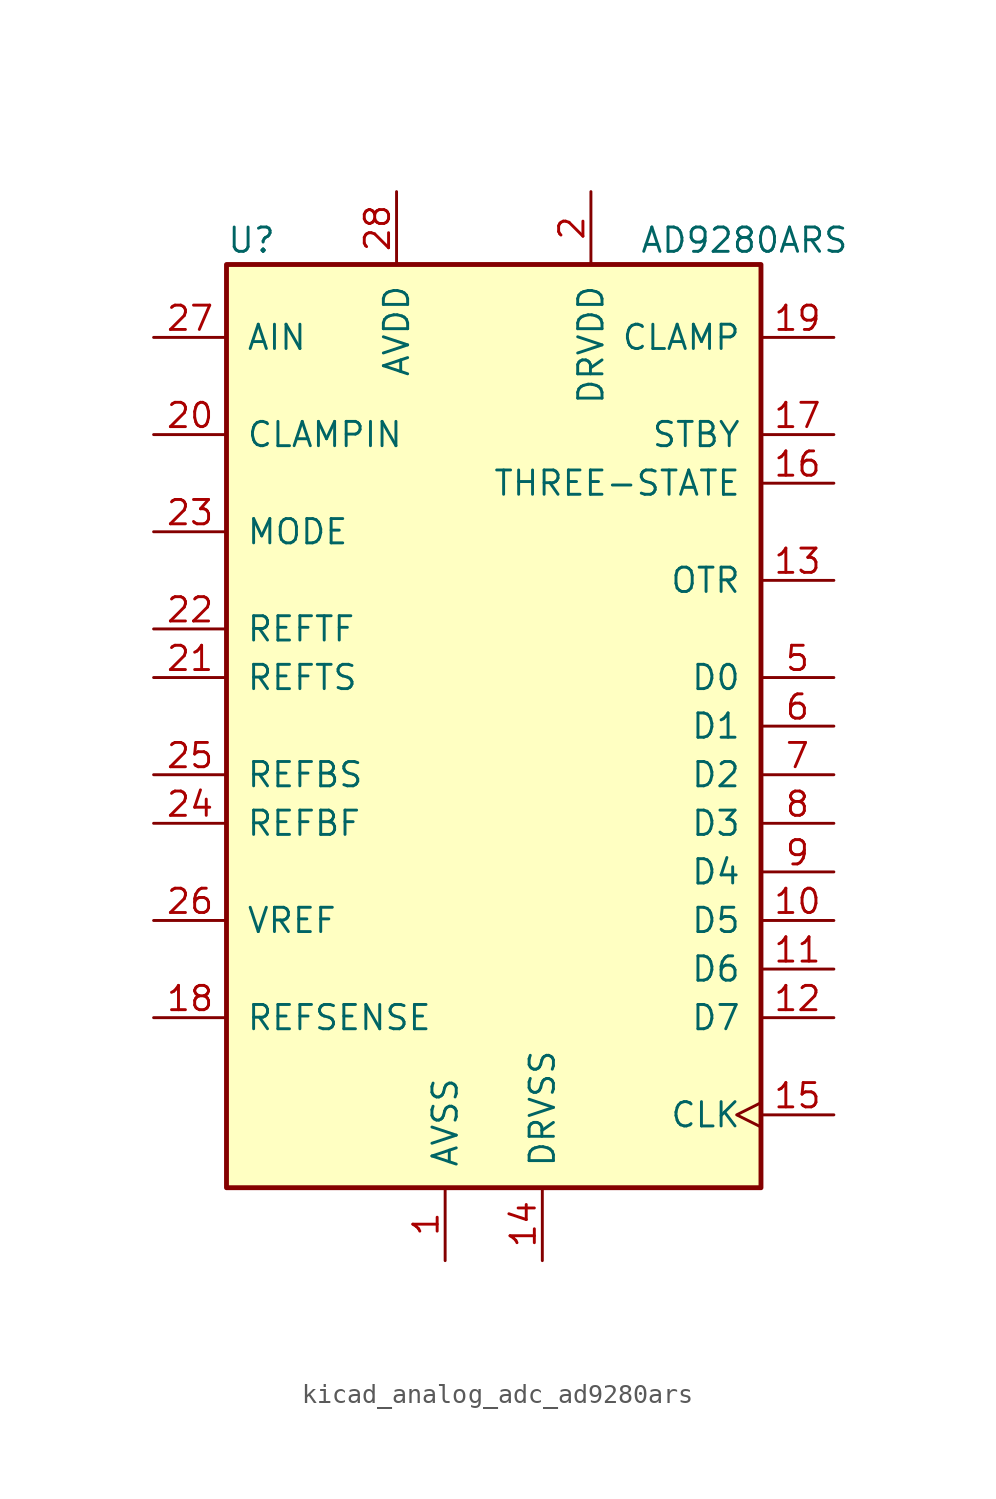
<source format=kicad_sym>
(kicad_symbol_lib
  (version 20220914)
  (generator kicad_symbol_editor)
  (symbol "kicad_analog_adc_ad9280ars"
    (pin_names
      (offset 1.016))
    (property "Reference" "U"
      (at -13.97 25.4 0)
      (effects (font (size 1.27 1.27)) (justify left)))
    (property "Value" "AD9280ARS"
      (at 7.62 25.4 0)
      (effects (font (size 1.27 1.27)) (justify left)))
    (symbol "kicad_analog_adc_ad9280ars_0_1"
      (rectangle (start -13.97 24.13) (end 13.97 -24.13) (stroke (width 0.254) (type default)) (fill (type background))))
    (symbol "kicad_analog_adc_ad9280ars_1_1"
      (pin power_in line (at -2.54 -27.94 90) (length 3.81) (name "AVSS" (effects (font (size 1.27 1.27)))) (number "1" (effects (font (size 1.27 1.27)))))
      (pin output line (at 17.78 -10.16 180) (length 3.81) (name "D5" (effects (font (size 1.27 1.27)))) (number "10" (effects (font (size 1.27 1.27)))))
      (pin output line (at 17.78 -12.7 180) (length 3.81) (name "D6" (effects (font (size 1.27 1.27)))) (number "11" (effects (font (size 1.27 1.27)))))
      (pin output line (at 17.78 -15.24 180) (length 3.81) (name "D7" (effects (font (size 1.27 1.27)))) (number "12" (effects (font (size 1.27 1.27)))))
      (pin output line (at 17.78 7.62 180) (length 3.81) (name "OTR" (effects (font (size 1.27 1.27)))) (number "13" (effects (font (size 1.27 1.27)))))
      (pin power_in line (at 2.54 -27.94 90) (length 3.81) (name "DRVSS" (effects (font (size 1.27 1.27)))) (number "14" (effects (font (size 1.27 1.27)))))
      (pin input clock (at 17.78 -20.32 180) (length 3.81) (name "CLK" (effects (font (size 1.27 1.27)))) (number "15" (effects (font (size 1.27 1.27)))))
      (pin input line (at 17.78 12.7 180) (length 3.81) (name "THREE-STATE" (effects (font (size 1.27 1.27)))) (number "16" (effects (font (size 1.27 1.27)))))
      (pin passive line (at 17.78 15.24 180) (length 3.81) (name "STBY" (effects (font (size 1.27 1.27)))) (number "17" (effects (font (size 1.27 1.27)))))
      (pin input line (at -17.78 -15.24 0) (length 3.81) (name "REFSENSE" (effects (font (size 1.27 1.27)))) (number "18" (effects (font (size 1.27 1.27)))))
      (pin passive line (at 17.78 20.32 180) (length 3.81) (name "CLAMP" (effects (font (size 1.27 1.27)))) (number "19" (effects (font (size 1.27 1.27)))))
      (pin power_in line (at 5.08 27.94 270) (length 3.81) (name "DRVDD" (effects (font (size 1.27 1.27)))) (number "2" (effects (font (size 1.27 1.27)))))
      (pin input line (at -17.78 15.24 0) (length 3.81) (name "CLAMPIN" (effects (font (size 1.27 1.27)))) (number "20" (effects (font (size 1.27 1.27)))))
      (pin input line (at -17.78 2.54 0) (length 3.81) (name "REFTS" (effects (font (size 1.27 1.27)))) (number "21" (effects (font (size 1.27 1.27)))))
      (pin input line (at -17.78 5.08 0) (length 3.81) (name "REFTF" (effects (font (size 1.27 1.27)))) (number "22" (effects (font (size 1.27 1.27)))))
      (pin input line (at -17.78 10.16 0) (length 3.81) (name "MODE" (effects (font (size 1.27 1.27)))) (number "23" (effects (font (size 1.27 1.27)))))
      (pin input line (at -17.78 -5.08 0) (length 3.81) (name "REFBF" (effects (font (size 1.27 1.27)))) (number "24" (effects (font (size 1.27 1.27)))))
      (pin input line (at -17.78 -2.54 0) (length 3.81) (name "REFBS" (effects (font (size 1.27 1.27)))) (number "25" (effects (font (size 1.27 1.27)))))
      (pin output line (at -17.78 -10.16 0) (length 3.81) (name "VREF" (effects (font (size 1.27 1.27)))) (number "26" (effects (font (size 1.27 1.27)))))
      (pin input line (at -17.78 20.32 0) (length 3.81) (name "AIN" (effects (font (size 1.27 1.27)))) (number "27" (effects (font (size 1.27 1.27)))))
      (pin power_in line (at -5.08 27.94 270) (length 3.81) (name "AVDD" (effects (font (size 1.27 1.27)))) (number "28" (effects (font (size 1.27 1.27)))))
      (pin output line (at 17.78 2.54 180) (length 3.81) (name "D0" (effects (font (size 1.27 1.27)))) (number "5" (effects (font (size 1.27 1.27)))))
      (pin output line (at 17.78 0 180) (length 3.81) (name "D1" (effects (font (size 1.27 1.27)))) (number "6" (effects (font (size 1.27 1.27)))))
      (pin output line (at 17.78 -2.54 180) (length 3.81) (name "D2" (effects (font (size 1.27 1.27)))) (number "7" (effects (font (size 1.27 1.27)))))
      (pin output line (at 17.78 -5.08 180) (length 3.81) (name "D3" (effects (font (size 1.27 1.27)))) (number "8" (effects (font (size 1.27 1.27)))))
      (pin output line (at 17.78 -7.62 180) (length 3.81) (name "D4" (effects (font (size 1.27 1.27)))) (number "9" (effects (font (size 1.27 1.27))))))))
</source>
